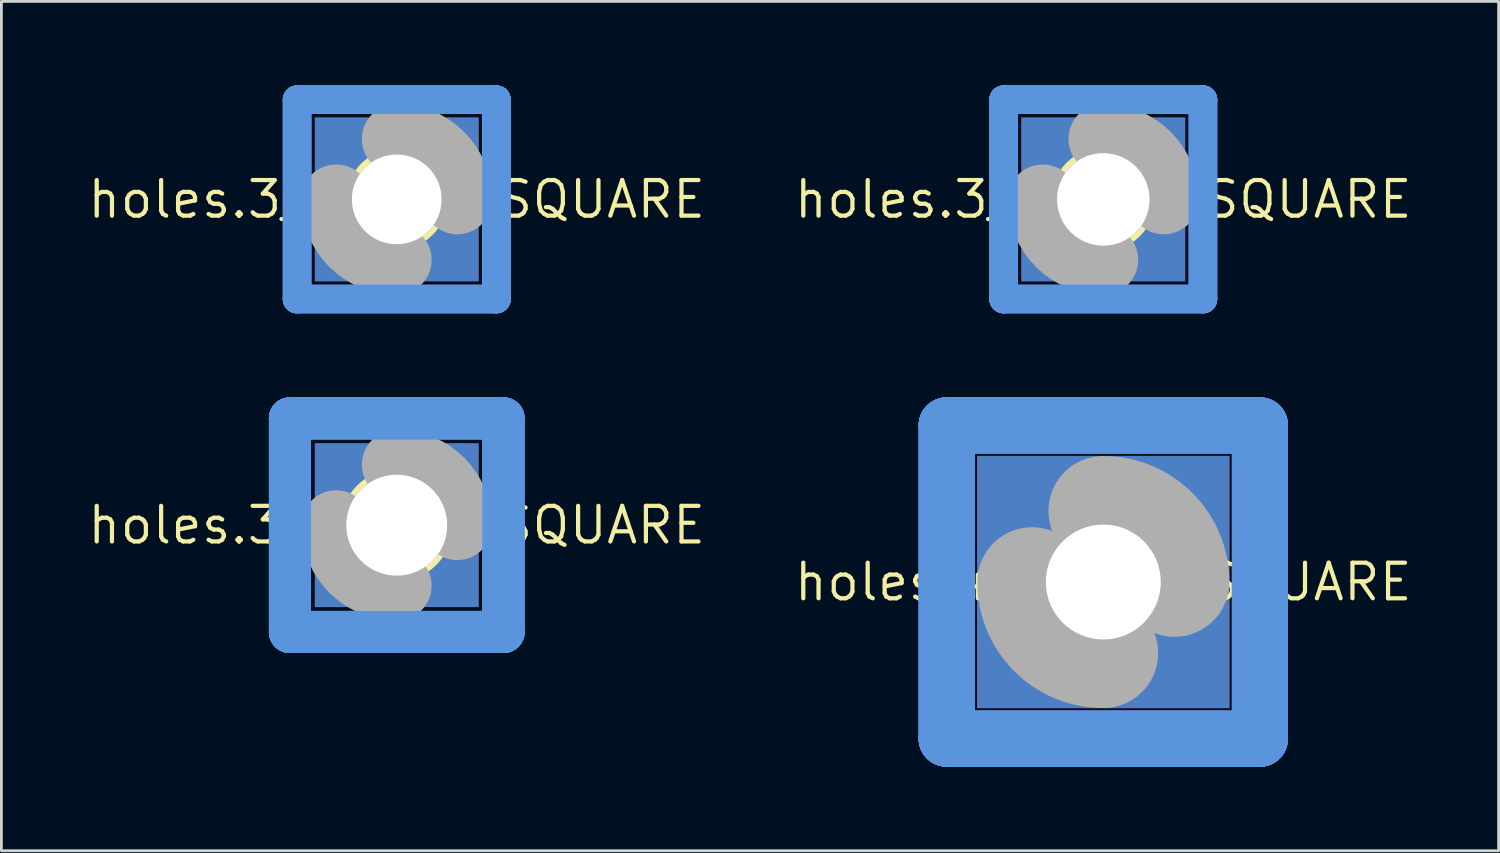
<source format=kicad_pcb>
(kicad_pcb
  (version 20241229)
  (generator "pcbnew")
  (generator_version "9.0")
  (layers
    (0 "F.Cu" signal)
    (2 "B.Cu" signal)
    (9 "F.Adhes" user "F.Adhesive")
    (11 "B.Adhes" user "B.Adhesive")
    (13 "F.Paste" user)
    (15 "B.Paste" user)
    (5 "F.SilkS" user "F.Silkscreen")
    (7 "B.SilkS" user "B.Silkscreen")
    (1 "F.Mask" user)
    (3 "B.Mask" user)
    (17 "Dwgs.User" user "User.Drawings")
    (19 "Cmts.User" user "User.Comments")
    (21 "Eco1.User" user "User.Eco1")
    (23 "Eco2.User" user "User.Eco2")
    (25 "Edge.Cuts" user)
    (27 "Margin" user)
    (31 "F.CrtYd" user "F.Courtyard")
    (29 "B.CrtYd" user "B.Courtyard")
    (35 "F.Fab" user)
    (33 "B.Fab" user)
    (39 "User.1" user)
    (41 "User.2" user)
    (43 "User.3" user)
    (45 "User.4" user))
  (footprint "holes.4_1_PAD_SQUARE"
    (layer "F.Cu")
    (at 36.314 17.716)
    (property "Reference" "holes.4_1_PAD_SQUARE" (at 0 0 0) (layer "F.SilkS") (effects (font (size 1.27 1.27) (thickness 0.15))))
    (attr through_hole)
    (fp_line (start -4.826 -4.826) (end 4.826 -4.826) (stroke (width 0.203) (type default)) (layer "F.SilkS"))
    (fp_line (start -4.826 4.826) (end -4.826 -4.826) (stroke (width 0.203) (type default)) (layer "F.SilkS"))
    (fp_line (start 4.826 -4.826) (end 4.826 4.826) (stroke (width 0.203) (type default)) (layer "F.SilkS"))
    (fp_line (start 4.826 4.826) (end -4.826 4.826) (stroke (width 0.203) (type default)) (layer "F.SilkS"))
    (fp_circle (center 0 0) (end 2.15 0) (stroke (width 0.203) (type default)) (fill no) (layer "F.SilkS"))
    (fp_line (start -5.588 -5.588) (end 5.588 -5.588) (stroke (width 2) (type default)) (layer "Cmts.User"))
    (fp_line (start -5.588 5.588) (end -5.588 -5.588) (stroke (width 2) (type default)) (layer "Cmts.User"))
    (fp_line (start 5.588 -5.588) (end 5.588 5.588) (stroke (width 2) (type default)) (layer "Cmts.User"))
    (fp_line (start 5.588 5.588) (end -5.588 5.588) (stroke (width 2) (type default)) (layer "Cmts.User"))
    (fp_line (start -5.588 -5.588) (end 5.588 -5.588) (stroke (width 2) (type default)) (layer "B.CrtYd"))
    (fp_line (start -5.588 5.588) (end -5.588 -5.588) (stroke (width 2) (type default)) (layer "B.CrtYd"))
    (fp_line (start 5.588 -5.588) (end 5.588 5.588) (stroke (width 2) (type default)) (layer "B.CrtYd"))
    (fp_line (start 5.588 5.588) (end -5.588 5.588) (stroke (width 2) (type default)) (layer "B.CrtYd"))
    (fp_line (start -5.588 -5.588) (end 5.588 -5.588) (stroke (width 2) (type default)) (layer "F.CrtYd"))
    (fp_line (start -5.588 5.588) (end -5.588 -5.588) (stroke (width 2) (type default)) (layer "F.CrtYd"))
    (fp_line (start 5.588 -5.588) (end 5.588 5.588) (stroke (width 2) (type default)) (layer "F.CrtYd"))
    (fp_line (start 5.588 5.588) (end -5.588 5.588) (stroke (width 2) (type default)) (layer "F.CrtYd"))
    (fp_arc (start 0 -2.54) (mid 1.796051 -1.796051) (end 2.54 0) (stroke (width 3.9116) (type default)) (layer "F.Fab"))
    (fp_arc (start 0 2.54) (mid -1.796051 1.796051) (end -2.54 0) (stroke (width 3.9116) (type default)) (layer "F.Fab"))
    (fp_circle (center 0 0) (end 0.762 0) (stroke (width 0.457) (type default)) (fill no) (layer "F.Fab"))
    (pad "B4,1" thru_hole rect (at 0 0) (size 9 9) (drill 4.1) (layers "*.Cu" "*.Mask")))
  (footprint "holes.3_3_PAD_SQUARE"
    (layer "F.Cu")
    (at 36.314 4.064)
    (property "Reference" "holes.3_3_PAD_SQUARE" (at 0 0 0) (layer "F.SilkS") (effects (font (size 1.27 1.27) (thickness 0.15))))
    (attr through_hole)
    (fp_line (start -3.556 -3.556) (end 3.556 -3.556) (stroke (width 0.152) (type default)) (layer "F.SilkS"))
    (fp_line (start -3.556 3.556) (end -3.556 -3.556) (stroke (width 0.152) (type default)) (layer "F.SilkS"))
    (fp_line (start 3.556 -3.556) (end 3.556 3.556) (stroke (width 0.152) (type default)) (layer "F.SilkS"))
    (fp_line (start 3.556 3.556) (end -3.556 3.556) (stroke (width 0.152) (type default)) (layer "F.SilkS"))
    (fp_circle (center 0 0) (end 1.75 0) (stroke (width 0.203) (type default)) (fill no) (layer "F.SilkS"))
    (fp_line (start -3.556 -3.556) (end 3.556 -3.556) (stroke (width 1.016) (type default)) (layer "Cmts.User"))
    (fp_line (start -3.556 3.556) (end -3.556 -3.556) (stroke (width 1.016) (type default)) (layer "Cmts.User"))
    (fp_line (start 3.556 -3.556) (end 3.556 3.556) (stroke (width 1.016) (type default)) (layer "Cmts.User"))
    (fp_line (start 3.556 3.556) (end -3.556 3.556) (stroke (width 1.016) (type default)) (layer "Cmts.User"))
    (fp_line (start -3.556 -3.556) (end 3.556 -3.556) (stroke (width 1.016) (type default)) (layer "B.CrtYd"))
    (fp_line (start -3.556 3.556) (end -3.556 -3.556) (stroke (width 1.016) (type default)) (layer "B.CrtYd"))
    (fp_line (start 3.556 -3.556) (end 3.556 3.556) (stroke (width 1.016) (type default)) (layer "B.CrtYd"))
    (fp_line (start 3.556 3.556) (end -3.556 3.556) (stroke (width 1.016) (type default)) (layer "B.CrtYd"))
    (fp_line (start -3.556 -3.556) (end 3.556 -3.556) (stroke (width 1.016) (type default)) (layer "F.CrtYd"))
    (fp_line (start -3.556 3.556) (end -3.556 -3.556) (stroke (width 1.016) (type default)) (layer "F.CrtYd"))
    (fp_line (start 3.556 -3.556) (end 3.556 3.556) (stroke (width 1.016) (type default)) (layer "F.CrtYd"))
    (fp_line (start 3.556 3.556) (end -3.556 3.556) (stroke (width 1.016) (type default)) (layer "F.CrtYd"))
    (fp_arc (start 0 -2.159) (mid 1.526644 -1.526644) (end 2.159 0) (stroke (width 2.4892) (type default)) (layer "F.Fab"))
    (fp_arc (start 0 2.159) (mid -1.526644 1.526644) (end -2.159 0) (stroke (width 2.4892) (type default)) (layer "F.Fab"))
    (fp_circle (center 0 0) (end 0.762 0) (stroke (width 0.457) (type default)) (fill no) (layer "F.Fab"))
    (pad "B3,3" thru_hole rect (at 0 0) (size 5.842 5.842) (drill 3.3) (layers "*.Cu" "*.Mask")))
  (footprint "holes.3_2_PAD_SQUARE"
    (layer "F.Cu")
    (at 11.105 4.064)
    (property "Reference" "holes.3_2_PAD_SQUARE" (at 0 0 0) (layer "F.SilkS") (effects (font (size 1.27 1.27) (thickness 0.15))))
    (attr through_hole)
    (fp_line (start -3.556 -3.556) (end 3.556 -3.556) (stroke (width 0.152) (type default)) (layer "F.SilkS"))
    (fp_line (start -3.556 3.556) (end -3.556 -3.556) (stroke (width 0.152) (type default)) (layer "F.SilkS"))
    (fp_line (start 3.556 -3.556) (end 3.556 3.556) (stroke (width 0.152) (type default)) (layer "F.SilkS"))
    (fp_line (start 3.556 3.556) (end -3.556 3.556) (stroke (width 0.152) (type default)) (layer "F.SilkS"))
    (fp_circle (center 0 0) (end 1.7 0) (stroke (width 0.203) (type default)) (fill no) (layer "F.SilkS"))
    (fp_line (start -3.556 -3.556) (end 3.556 -3.556) (stroke (width 1.016) (type default)) (layer "Cmts.User"))
    (fp_line (start -3.556 3.556) (end -3.556 -3.556) (stroke (width 1.016) (type default)) (layer "Cmts.User"))
    (fp_line (start 3.556 -3.556) (end 3.556 3.556) (stroke (width 1.016) (type default)) (layer "Cmts.User"))
    (fp_line (start 3.556 3.556) (end -3.556 3.556) (stroke (width 1.016) (type default)) (layer "Cmts.User"))
    (fp_line (start -3.556 -3.556) (end 3.556 -3.556) (stroke (width 1.016) (type default)) (layer "B.CrtYd"))
    (fp_line (start -3.556 3.556) (end -3.556 -3.556) (stroke (width 1.016) (type default)) (layer "B.CrtYd"))
    (fp_line (start 3.556 -3.556) (end 3.556 3.556) (stroke (width 1.016) (type default)) (layer "B.CrtYd"))
    (fp_line (start 3.556 3.556) (end -3.556 3.556) (stroke (width 1.016) (type default)) (layer "B.CrtYd"))
    (fp_line (start -3.556 -3.556) (end 3.556 -3.556) (stroke (width 1.016) (type default)) (layer "F.CrtYd"))
    (fp_line (start -3.556 3.556) (end -3.556 -3.556) (stroke (width 1.016) (type default)) (layer "F.CrtYd"))
    (fp_line (start 3.556 -3.556) (end 3.556 3.556) (stroke (width 1.016) (type default)) (layer "F.CrtYd"))
    (fp_line (start 3.556 3.556) (end -3.556 3.556) (stroke (width 1.016) (type default)) (layer "F.CrtYd"))
    (fp_arc (start 0 -2.159) (mid 1.526644 -1.526644) (end 2.159 0) (stroke (width 2.4892) (type default)) (layer "F.Fab"))
    (fp_arc (start 0 2.159) (mid -1.526644 1.526644) (end -2.159 0) (stroke (width 2.4892) (type default)) (layer "F.Fab"))
    (fp_circle (center 0 0) (end 0.762 0) (stroke (width 0.457) (type default)) (fill no) (layer "F.Fab"))
    (pad "B3,2" thru_hole rect (at 0 0) (size 5.842 5.842) (drill 3.2) (layers "*.Cu" "*.Mask")))
  (footprint "holes.3_6_PAD_SQUARE"
    (layer "F.Cu")
    (at 11.105 15.688)
    (property "Reference" "holes.3_6_PAD_SQUARE" (at 0 0 0) (layer "F.SilkS") (effects (font (size 1.27 1.27) (thickness 0.15))))
    (attr through_hole)
    (fp_line (start -3.556 -3.556) (end 3.556 -3.556) (stroke (width 0.203) (type default)) (layer "F.SilkS"))
    (fp_line (start -3.556 3.556) (end -3.556 -3.556) (stroke (width 0.203) (type default)) (layer "F.SilkS"))
    (fp_line (start -2.921 0) (end -3.429 0) (stroke (width 0.051) (type default)) (layer "F.SilkS"))
    (fp_line (start 0 -3.429) (end 0 -2.921) (stroke (width 0.051) (type default)) (layer "F.SilkS"))
    (fp_line (start 0 2.921) (end 0 3.429) (stroke (width 0.051) (type default)) (layer "F.SilkS"))
    (fp_line (start 3.429 0) (end 2.921 0) (stroke (width 0.051) (type default)) (layer "F.SilkS"))
    (fp_line (start 3.556 -3.556) (end 3.556 3.556) (stroke (width 0.203) (type default)) (layer "F.SilkS"))
    (fp_line (start 3.556 3.556) (end -3.556 3.556) (stroke (width 0.203) (type default)) (layer "F.SilkS"))
    (fp_circle (center 0 0) (end 1.9 0) (stroke (width 0.203) (type default)) (fill no) (layer "F.SilkS"))
    (fp_line (start -3.81 -3.81) (end 3.81 -3.81) (stroke (width 1.5) (type default)) (layer "Cmts.User"))
    (fp_line (start -3.81 3.81) (end -3.81 -3.81) (stroke (width 1.5) (type default)) (layer "Cmts.User"))
    (fp_line (start 3.81 -3.81) (end 3.81 3.81) (stroke (width 1.5) (type default)) (layer "Cmts.User"))
    (fp_line (start 3.81 3.81) (end -3.81 3.81) (stroke (width 1.5) (type default)) (layer "Cmts.User"))
    (fp_line (start -3.81 -3.81) (end 3.81 -3.81) (stroke (width 1.5) (type default)) (layer "B.CrtYd"))
    (fp_line (start -3.81 3.81) (end -3.81 -3.81) (stroke (width 1.5) (type default)) (layer "B.CrtYd"))
    (fp_line (start 3.81 -3.81) (end 3.81 3.81) (stroke (width 1.5) (type default)) (layer "B.CrtYd"))
    (fp_line (start 3.81 3.81) (end -3.81 3.81) (stroke (width 1.5) (type default)) (layer "B.CrtYd"))
    (fp_line (start -3.81 -3.81) (end 3.81 -3.81) (stroke (width 1.5) (type default)) (layer "F.CrtYd"))
    (fp_line (start -3.81 3.81) (end -3.81 -3.81) (stroke (width 1.5) (type default)) (layer "F.CrtYd"))
    (fp_line (start 3.81 -3.81) (end 3.81 3.81) (stroke (width 1.5) (type default)) (layer "F.CrtYd"))
    (fp_line (start 3.81 3.81) (end -3.81 3.81) (stroke (width 1.5) (type default)) (layer "F.CrtYd"))
    (fp_arc (start 0 -2.159) (mid 1.526644 -1.526644) (end 2.159 0) (stroke (width 2.4892) (type default)) (layer "F.Fab"))
    (fp_arc (start 0 2.159) (mid -1.526644 1.526644) (end -2.159 0) (stroke (width 2.4892) (type default)) (layer "F.Fab"))
    (fp_circle (center 0 0) (end 0.762 0) (stroke (width 0.457) (type default)) (fill no) (layer "F.Fab"))
    (pad "B3,6" thru_hole rect (at 0 0) (size 5.842 5.842) (drill 3.6) (layers "*.Cu" "*.Mask")))
  (gr_rect
    (start -3 -3)
    (end 50.419 27.304)
    (stroke (width 0.1) (type default))
    (fill no)
    (layer "Edge.Cuts")))
</source>
